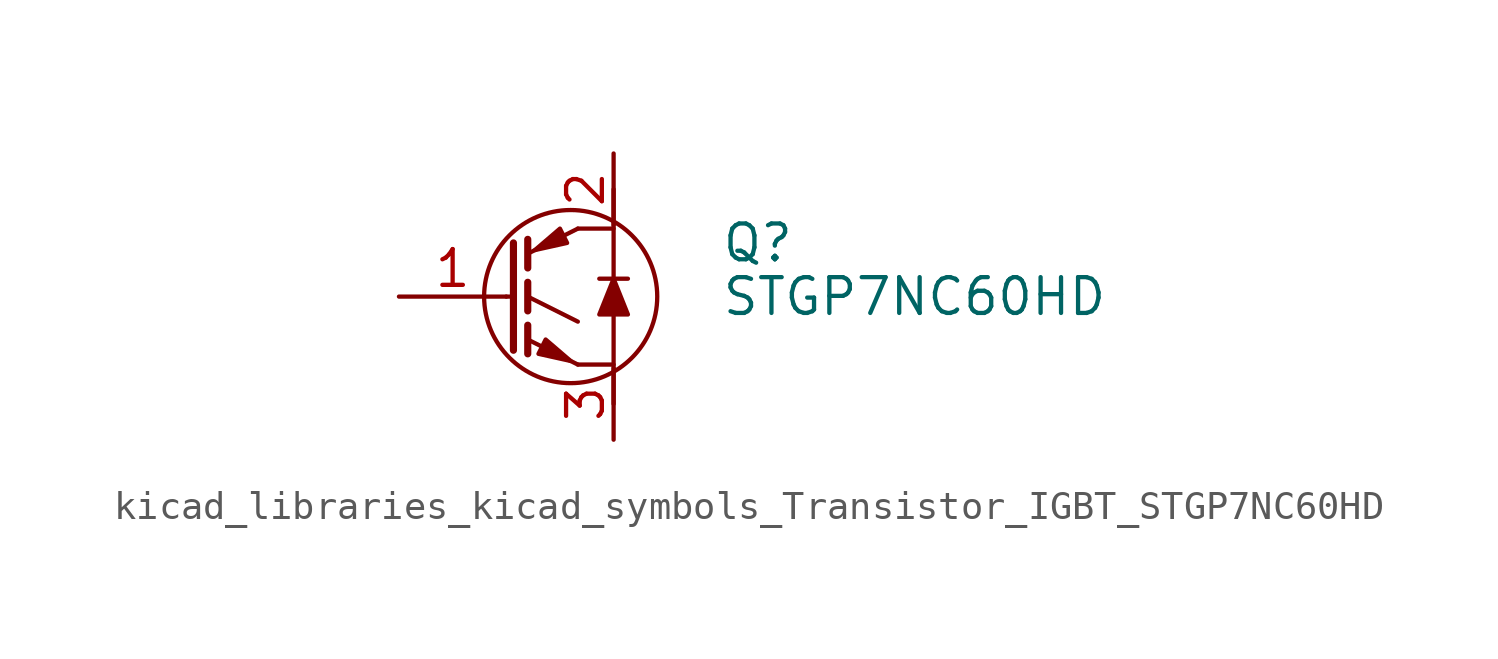
<source format=kicad_sym>
(kicad_symbol_lib
  (version 20220914)
  (generator kicad_symbol_editor)
  (symbol "kicad_libraries_kicad_symbols_Transistor_IGBT_STGP7NC60HD"
    (pin_names
      (offset 0) hide)
    (property "Reference" "Q"
      (at 6.35 1.905 0)
      (effects (font (size 1.27 1.27)) (justify left)))
    (property "Value" "STGP7NC60HD"
      (at 6.35 0 0)
      (effects (font (size 1.27 1.27)) (justify left)))
    (symbol "kicad_libraries_kicad_symbols_Transistor_IGBT_STGP7NC60HD_0_1"
      (polyline (pts (xy -1.27 0) (xy -1.016 0)) (stroke (width 0) (type default)) (fill (type none)))
      (polyline (pts (xy 1.27 -2.413) (xy 2.54 -2.413)) (stroke (width 0) (type default)) (fill (type none)))
      (polyline (pts (xy 1.27 2.413) (xy 2.54 2.413)) (stroke (width 0) (type default)) (fill (type none)))
      (polyline (pts (xy 2.032 0.635) (xy 3.048 0.635)) (stroke (width 0) (type default)) (fill (type none)))
      (polyline (pts (xy 2.54 3.81) (xy 2.54 -3.81)) (stroke (width 0) (type default)) (fill (type none)))
      (polyline (pts (xy 2.54 0.635) (xy 2.032 -0.635) (xy 3.048 -0.635) (xy 2.54 0.635)) (stroke (width 0) (type default)) (fill (type outline)))
      (circle (center 1.016 0) (radius 3.073) (stroke (width 0) (type default)) (fill (type none))))
    (symbol "kicad_libraries_kicad_symbols_Transistor_IGBT_STGP7NC60HD_1_1"
      (polyline (pts (xy -0.508 -1.016) (xy -0.508 -2.032)) (stroke (width 0.254) (type default)) (fill (type none)))
      (polyline (pts (xy -0.508 0.508) (xy -0.508 -0.508)) (stroke (width 0.254) (type default)) (fill (type none)))
      (polyline (pts (xy -0.508 2.032) (xy -0.508 1.016)) (stroke (width 0.254) (type default)) (fill (type none)))
      (polyline (pts (xy 1.27 -2.413) (xy -0.508 -1.524)) (stroke (width 0) (type default)) (fill (type none)))
      (polyline (pts (xy 1.27 -0.889) (xy -0.508 0)) (stroke (width 0) (type default)) (fill (type none)))
      (polyline (pts (xy 1.27 2.413) (xy -0.508 1.524)) (stroke (width 0) (type default)) (fill (type none)))
      (polyline (pts (xy -1.016 1.905) (xy -1.016 -1.905) (xy -1.016 -1.905)) (stroke (width 0.254) (type default)) (fill (type none)))
      (polyline (pts (xy -0.127 -2.032) (xy 0.127 -1.524) (xy 1.016 -2.286) (xy -0.127 -2.032)) (stroke (width 0) (type default)) (fill (type outline)))
      (polyline (pts (xy 0.889 1.905) (xy 0.635 2.413) (xy -0.254 1.651) (xy 0.889 1.905)) (stroke (width 0) (type default)) (fill (type outline)))
      (pin input line (at -5.08 0 0) (length 3.81) (name "G" (effects (font (size 1.27 1.27)))) (number "1" (effects (font (size 1.27 1.27)))))
      (pin passive line (at 2.54 5.08 270) (length 2.54) (name "C" (effects (font (size 1.27 1.27)))) (number "2" (effects (font (size 1.27 1.27)))))
      (pin passive line (at 2.54 -5.08 90) (length 2.54) (name "E" (effects (font (size 1.27 1.27)))) (number "3" (effects (font (size 1.27 1.27))))))))
</source>
